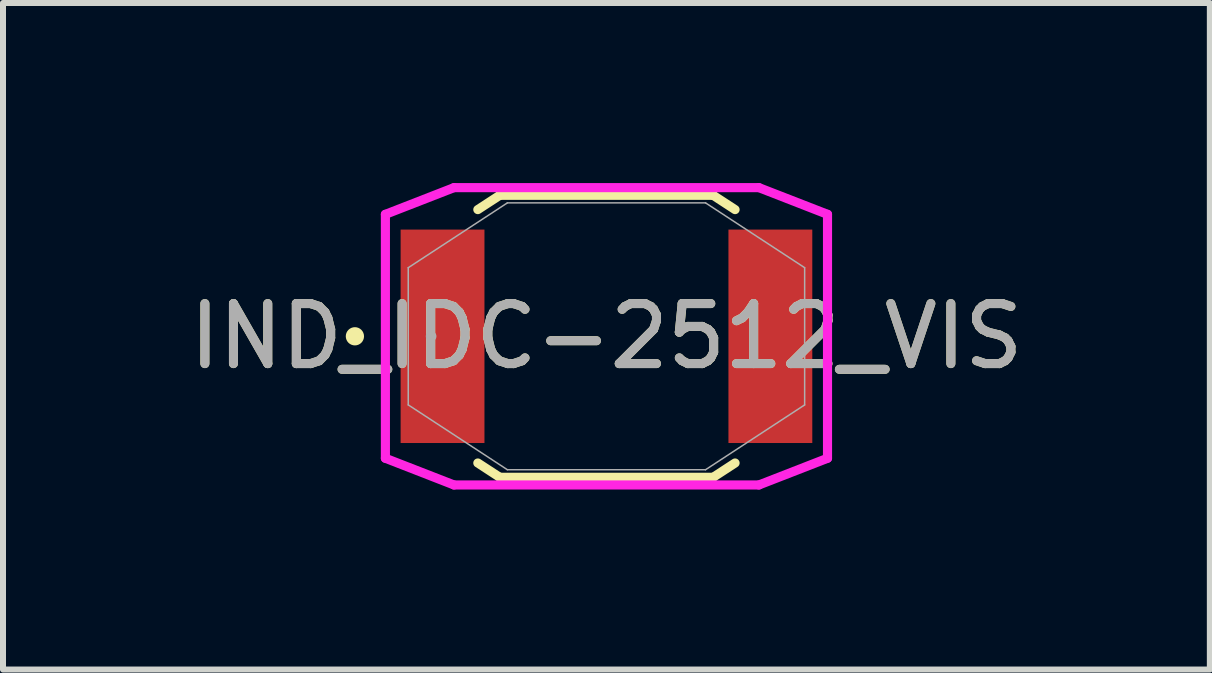
<source format=kicad_pcb>
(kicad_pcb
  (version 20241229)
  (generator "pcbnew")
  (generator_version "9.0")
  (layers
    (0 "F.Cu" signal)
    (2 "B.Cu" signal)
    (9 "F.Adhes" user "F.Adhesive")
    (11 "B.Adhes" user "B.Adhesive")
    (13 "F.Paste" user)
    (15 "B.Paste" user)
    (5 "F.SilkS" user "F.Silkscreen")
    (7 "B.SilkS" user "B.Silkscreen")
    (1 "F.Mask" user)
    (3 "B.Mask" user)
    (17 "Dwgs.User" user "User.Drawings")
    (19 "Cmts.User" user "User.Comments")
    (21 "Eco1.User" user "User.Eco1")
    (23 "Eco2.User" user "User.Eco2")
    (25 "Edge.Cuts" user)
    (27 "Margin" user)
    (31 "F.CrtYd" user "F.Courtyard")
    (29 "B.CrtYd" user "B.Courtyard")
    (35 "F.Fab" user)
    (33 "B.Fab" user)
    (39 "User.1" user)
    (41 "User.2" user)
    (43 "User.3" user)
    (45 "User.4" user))
  (footprint "IND_IDC-2512_VIS"
    (layer "F.Cu")
    (at 7.054 2.553)
    (property "Reference" "IND_IDC-2512_VIS" (at 0 0 0) (unlocked yes) (layer "F.SilkS") (effects (font (size 1 1) (thickness 0.15))))
    (attr smd)
    (fp_line (start -2.143 -2.111) (end -1.778 -2.349) (stroke (width 0.152) (type solid)) (layer "F.SilkS"))
    (fp_line (start -1.778 -2.349) (end 1.778 -2.349) (stroke (width 0.152) (type solid)) (layer "F.SilkS"))
    (fp_line (start -1.778 2.349) (end -2.143 2.111) (stroke (width 0.152) (type solid)) (layer "F.SilkS"))
    (fp_line (start 1.778 -2.349) (end 2.143 -2.111) (stroke (width 0.152) (type solid)) (layer "F.SilkS"))
    (fp_line (start 1.778 2.349) (end -1.778 2.349) (stroke (width 0.152) (type solid)) (layer "F.SilkS"))
    (fp_line (start 2.143 2.111) (end 1.778 2.349) (stroke (width 0.152) (type solid)) (layer "F.SilkS"))
    (fp_circle (center -4.191 0) (end -4.115 0) (stroke (width 0.152) (type solid)) (fill no) (layer "F.SilkS"))
    (fp_line (start -3.683 -2.032) (end -2.54 -2.477) (stroke (width 0.152) (type solid)) (layer "F.CrtYd"))
    (fp_line (start -3.683 2.032) (end -3.683 -2.032) (stroke (width 0.152) (type solid)) (layer "F.CrtYd"))
    (fp_line (start -2.54 -2.477) (end 2.54 -2.477) (stroke (width 0.152) (type solid)) (layer "F.CrtYd"))
    (fp_line (start -2.54 2.477) (end -3.683 2.032) (stroke (width 0.152) (type solid)) (layer "F.CrtYd"))
    (fp_line (start 2.54 -2.477) (end 3.683 -2.032) (stroke (width 0.152) (type solid)) (layer "F.CrtYd"))
    (fp_line (start 2.54 2.477) (end -2.54 2.477) (stroke (width 0.152) (type solid)) (layer "F.CrtYd"))
    (fp_line (start 3.683 -2.032) (end 3.683 2.032) (stroke (width 0.152) (type solid)) (layer "F.CrtYd"))
    (fp_line (start 3.683 2.032) (end 2.54 2.477) (stroke (width 0.152) (type solid)) (layer "F.CrtYd"))
    (fp_line (start -3.302 -1.143) (end -1.651 -2.223) (stroke (width 0.025) (type solid)) (layer "F.Fab"))
    (fp_line (start -3.302 1.143) (end -3.302 -1.143) (stroke (width 0.025) (type solid)) (layer "F.Fab"))
    (fp_line (start -1.651 -2.223) (end 1.651 -2.223) (stroke (width 0.025) (type solid)) (layer "F.Fab"))
    (fp_line (start -1.651 2.223) (end -3.302 1.143) (stroke (width 0.025) (type solid)) (layer "F.Fab"))
    (fp_line (start 1.651 -2.223) (end 3.302 -1.143) (stroke (width 0.025) (type solid)) (layer "F.Fab"))
    (fp_line (start 1.651 2.223) (end -1.651 2.223) (stroke (width 0.025) (type solid)) (layer "F.Fab"))
    (fp_line (start 3.302 -1.143) (end 3.302 1.143) (stroke (width 0.025) (type solid)) (layer "F.Fab"))
    (fp_line (start 3.302 1.143) (end 1.651 2.223) (stroke (width 0.025) (type solid)) (layer "F.Fab"))
    (fp_circle (center -2.921 0) (end -2.845 0) (stroke (width 0.025) (type solid)) (fill no) (layer "F.Fab"))
    (fp_text user "${REFERENCE}" (at 0 0 0) (unlocked yes) (layer "F.Fab") (effects (font (size 1 1) (thickness 0.15))))
    (pad "1" smd rect (at -2.731 0) (size 1.397 3.556) (layers "F.Cu" "F.Mask" "F.Paste"))
    (pad "2" smd rect (at 2.731 0) (size 1.397 3.556) (layers "F.Cu" "F.Mask" "F.Paste"))
    (zone (net_name "") (layer "F.Cu") (hatch full 0.508) (connect_pads) (min_thickness 0.254) (filled_areas_thickness no) (keepout (tracks not_allowed) (vias not_allowed) (pads allowed) (copperpour not_allowed) (footprints allowed)) (placement (enabled no)) (fill) (polygon (pts (xy 5.072 0.381) (xy 9.035 0.381) (xy 9.035 4.724) (xy 5.072 4.724)))))
  (gr_rect
    (start -3 -3)
    (end 17.107 8.105)
    (stroke (width 0.1) (type default))
    (fill no)
    (layer "Edge.Cuts")))
</source>
